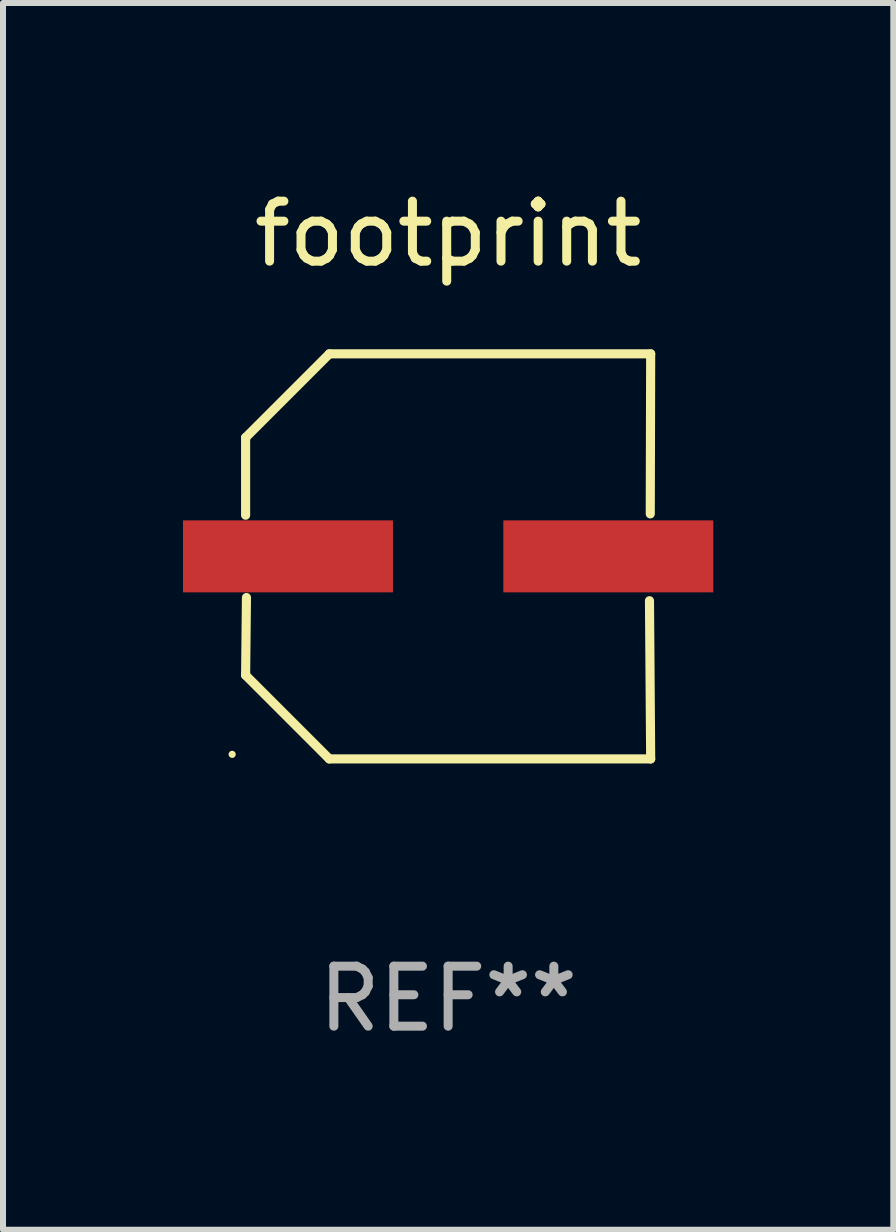
<source format=kicad_pcb>
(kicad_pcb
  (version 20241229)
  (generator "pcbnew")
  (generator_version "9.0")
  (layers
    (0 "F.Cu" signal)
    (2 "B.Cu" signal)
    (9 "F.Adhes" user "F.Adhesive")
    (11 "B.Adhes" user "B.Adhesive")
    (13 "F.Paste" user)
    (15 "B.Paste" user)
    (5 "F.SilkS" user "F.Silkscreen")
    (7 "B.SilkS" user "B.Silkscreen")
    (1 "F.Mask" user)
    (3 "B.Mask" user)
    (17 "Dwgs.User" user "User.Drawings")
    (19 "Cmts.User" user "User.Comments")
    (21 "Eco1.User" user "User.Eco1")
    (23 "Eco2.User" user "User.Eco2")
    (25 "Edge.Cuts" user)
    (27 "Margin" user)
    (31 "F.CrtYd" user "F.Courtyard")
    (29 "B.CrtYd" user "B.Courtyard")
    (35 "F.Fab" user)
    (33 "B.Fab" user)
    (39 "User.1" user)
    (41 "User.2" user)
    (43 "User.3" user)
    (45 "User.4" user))
  (footprint "footprint"
    (layer "F.Cu")
    (at 4.42 6.224)
    (property "Reference" "footprint" (at 0 -5.376 0) (layer "F.SilkS") (effects (font (size 1 1) (thickness 0.15))))
    (attr smd)
    (fp_line (start -3.376 -1.98) (end -3.376 -0.686) (stroke (width 0.152) (type solid)) (layer "F.SilkS"))
    (fp_line (start -3.376 1.981) (end -3.362 0.686) (stroke (width 0.152) (type solid)) (layer "F.SilkS"))
    (fp_line (start -1.981 3.376) (end -3.376 1.981) (stroke (width 0.152) (type solid)) (layer "F.SilkS"))
    (fp_line (start -1.98 -3.376) (end -3.376 -1.98) (stroke (width 0.152) (type solid)) (layer "F.SilkS"))
    (fp_line (start 3.356 0.739) (end 3.376 3.376) (stroke (width 0.152) (type solid)) (layer "F.SilkS"))
    (fp_line (start 3.369 -0.708) (end 3.376 -3.376) (stroke (width 0.152) (type solid)) (layer "F.SilkS"))
    (fp_line (start 3.376 3.376) (end -1.981 3.376) (stroke (width 0.152) (type solid)) (layer "F.SilkS"))
    (fp_line (start 3.376 -3.376) (end -1.98 -3.376) (stroke (width 0.152) (type solid)) (layer "F.SilkS"))
    (fp_circle (center -3.6 3.3) (end -3.57 3.3) (stroke (width 0.06) (type solid)) (fill no) (layer "F.SilkS"))
    (fp_text user "REF**" (at 0 7.376 0) (layer "F.Fab") (effects (font (size 1 1) (thickness 0.15))))
    (pad "1" smd rect (at -2.67 0.000127) (size 3.5 1.2) (layers "F.Cu" "F.Mask" "F.Paste"))
    (pad "2" smd rect (at 2.67 0.000127) (size 3.5 1.2) (layers "F.Cu" "F.Mask" "F.Paste")))
  (gr_rect
    (start -3 -3)
    (end 11.84 17.448)
    (stroke (width 0.1) (type default))
    (fill no)
    (layer "Edge.Cuts")))
</source>
